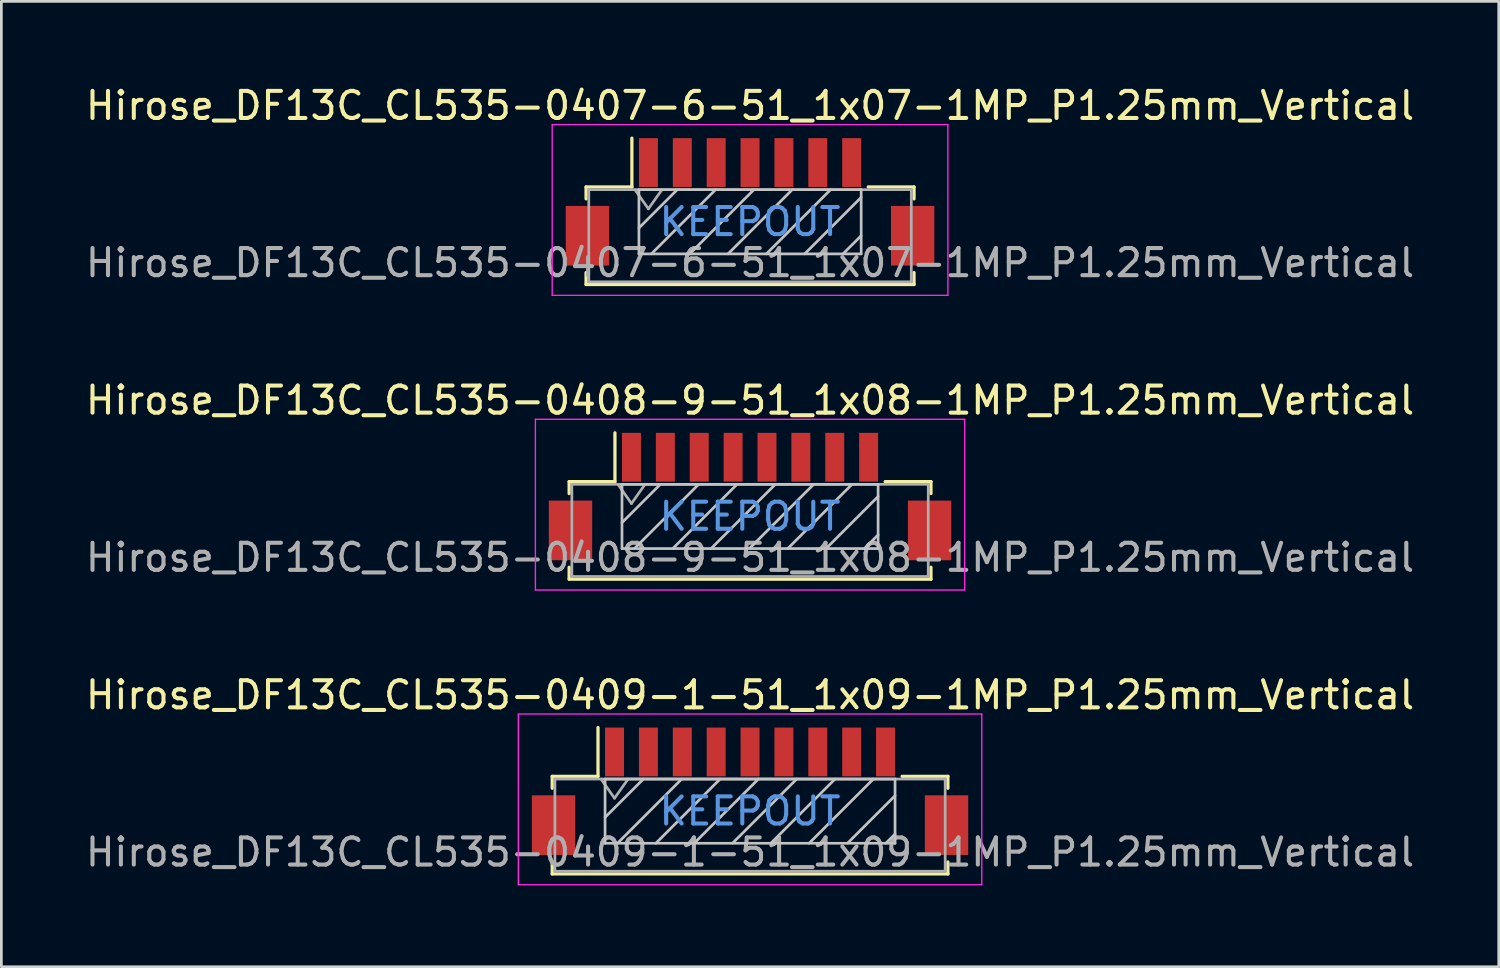
<source format=kicad_pcb>
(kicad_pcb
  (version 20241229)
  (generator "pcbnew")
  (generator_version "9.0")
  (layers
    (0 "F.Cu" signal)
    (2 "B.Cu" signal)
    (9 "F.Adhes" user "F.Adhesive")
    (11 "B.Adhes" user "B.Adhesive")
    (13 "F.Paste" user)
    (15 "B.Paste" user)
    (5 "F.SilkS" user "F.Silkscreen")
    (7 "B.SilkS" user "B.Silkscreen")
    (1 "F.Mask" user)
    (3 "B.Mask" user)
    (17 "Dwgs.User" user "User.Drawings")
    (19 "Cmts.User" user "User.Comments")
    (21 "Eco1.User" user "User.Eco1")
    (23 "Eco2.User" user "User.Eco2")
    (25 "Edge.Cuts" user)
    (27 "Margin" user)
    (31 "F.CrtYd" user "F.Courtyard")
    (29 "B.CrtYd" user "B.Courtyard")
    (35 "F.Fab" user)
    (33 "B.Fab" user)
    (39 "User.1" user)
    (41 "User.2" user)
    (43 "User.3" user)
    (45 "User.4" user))
  (footprint "Hirose_DF13C_CL535-0408-9-51_1x08-1MP_P1.25mm_Vertical"
    (layer "F.Cu")
    (at 24.625 15.271)
    (property "Reference" "Hirose_DF13C_CL535-0408-9-51_1x08-1MP_P1.25mm_Vertical" (at 0 -3.55 0) (layer "F.SilkS") (effects (font (size 1 1) (thickness 0.15))))
    (attr smd)
    (fp_line (start -6.675 -0.55) (end -6.675 -0.11) (stroke (width 0.12) (type solid)) (layer "F.SilkS"))
    (fp_line (start -6.675 2.61) (end -6.675 3.05) (stroke (width 0.12) (type solid)) (layer "F.SilkS"))
    (fp_line (start -6.675 3.05) (end 6.675 3.05) (stroke (width 0.12) (type solid)) (layer "F.SilkS"))
    (fp_line (start -4.985 -0.55) (end -6.675 -0.55) (stroke (width 0.12) (type solid)) (layer "F.SilkS"))
    (fp_line (start -4.985 -0.55) (end -4.985 -2.35) (stroke (width 0.12) (type solid)) (layer "F.SilkS"))
    (fp_line (start 4.985 -0.55) (end 6.675 -0.55) (stroke (width 0.12) (type solid)) (layer "F.SilkS"))
    (fp_line (start 6.675 -0.55) (end 6.675 -0.11) (stroke (width 0.12) (type solid)) (layer "F.SilkS"))
    (fp_line (start 6.675 3.05) (end 6.675 2.61) (stroke (width 0.12) (type solid)) (layer "F.SilkS"))
    (fp_line (start -4.725 -0.45) (end -4.725 1.92) (stroke (width 0.1) (type solid)) (layer "Dwgs.User"))
    (fp_line (start -4.725 1.92) (end 4.725 1.92) (stroke (width 0.1) (type solid)) (layer "Dwgs.User"))
    (fp_line (start -3.311 -0.45) (end -4.725 0.964) (stroke (width 0.1) (type solid)) (layer "Dwgs.User"))
    (fp_line (start -1.897 -0.45) (end -4.267 1.92) (stroke (width 0.1) (type solid)) (layer "Dwgs.User"))
    (fp_line (start -0.482 -0.45) (end -2.852 1.92) (stroke (width 0.1) (type solid)) (layer "Dwgs.User"))
    (fp_line (start 0.932 -0.45) (end -1.438 1.92) (stroke (width 0.1) (type solid)) (layer "Dwgs.User"))
    (fp_line (start 2.346 -0.45) (end -0.024 1.92) (stroke (width 0.1) (type solid)) (layer "Dwgs.User"))
    (fp_line (start 3.76 -0.45) (end 1.39 1.92) (stroke (width 0.1) (type solid)) (layer "Dwgs.User"))
    (fp_line (start 4.725 -0.45) (end -4.725 -0.45) (stroke (width 0.1) (type solid)) (layer "Dwgs.User"))
    (fp_line (start 4.725 -0.001) (end 2.804 1.92) (stroke (width 0.1) (type solid)) (layer "Dwgs.User"))
    (fp_line (start 4.725 1.414) (end 4.219 1.92) (stroke (width 0.1) (type solid)) (layer "Dwgs.User"))
    (fp_line (start 4.725 1.92) (end 4.725 -0.45) (stroke (width 0.1) (type solid)) (layer "Dwgs.User"))
    (fp_line (start -7.92 -2.85) (end -7.92 3.45) (stroke (width 0.05) (type solid)) (layer "F.CrtYd"))
    (fp_line (start -7.92 3.45) (end 7.92 3.45) (stroke (width 0.05) (type solid)) (layer "F.CrtYd"))
    (fp_line (start 7.92 -2.85) (end -7.92 -2.85) (stroke (width 0.05) (type solid)) (layer "F.CrtYd"))
    (fp_line (start 7.92 3.45) (end 7.92 -2.85) (stroke (width 0.05) (type solid)) (layer "F.CrtYd"))
    (fp_line (start -6.575 -0.45) (end -6.575 2.95) (stroke (width 0.1) (type solid)) (layer "F.Fab"))
    (fp_line (start -6.575 2.95) (end 6.575 2.95) (stroke (width 0.1) (type solid)) (layer "F.Fab"))
    (fp_line (start -4.875 -0.45) (end -4.375 0.257) (stroke (width 0.1) (type solid)) (layer "F.Fab"))
    (fp_line (start -4.375 0.257) (end -3.875 -0.45) (stroke (width 0.1) (type solid)) (layer "F.Fab"))
    (fp_line (start 6.575 -0.45) (end -6.575 -0.45) (stroke (width 0.1) (type solid)) (layer "F.Fab"))
    (fp_line (start 6.575 2.95) (end 6.575 -0.45) (stroke (width 0.1) (type solid)) (layer "F.Fab"))
    (fp_text user "KEEPOUT" (at 0 0.735 0) (layer "Cmts.User") (effects (font (size 1 1) (thickness 0.15))))
    (fp_text user "${REFERENCE}" (at 0 2.25 0) (layer "F.Fab") (effects (font (size 1 1) (thickness 0.15))))
    (pad "1" smd rect (at -4.375 -1.45) (size 0.7 1.8) (layers "F.Cu" "F.Mask" "F.Paste"))
    (pad "2" smd rect (at -3.125 -1.45) (size 0.7 1.8) (layers "F.Cu" "F.Mask" "F.Paste"))
    (pad "3" smd rect (at -1.875 -1.45) (size 0.7 1.8) (layers "F.Cu" "F.Mask" "F.Paste"))
    (pad "4" smd rect (at -0.625 -1.45) (size 0.7 1.8) (layers "F.Cu" "F.Mask" "F.Paste"))
    (pad "5" smd rect (at 0.625 -1.45) (size 0.7 1.8) (layers "F.Cu" "F.Mask" "F.Paste"))
    (pad "6" smd rect (at 1.875 -1.45) (size 0.7 1.8) (layers "F.Cu" "F.Mask" "F.Paste"))
    (pad "7" smd rect (at 3.125 -1.45) (size 0.7 1.8) (layers "F.Cu" "F.Mask" "F.Paste"))
    (pad "8" smd rect (at 4.375 -1.45) (size 0.7 1.8) (layers "F.Cu" "F.Mask" "F.Paste"))
    (pad "MP" smd rect (at -6.625 1.25) (size 1.6 2.2) (layers "F.Cu" "F.Mask" "F.Paste"))
    (pad "MP" smd rect (at 6.625 1.25) (size 1.6 2.2) (layers "F.Cu" "F.Mask" "F.Paste")))
  (footprint "Hirose_DF13C_CL535-0407-6-51_1x07-1MP_P1.25mm_Vertical"
    (layer "F.Cu")
    (at 24.625 4.398)
    (property "Reference" "Hirose_DF13C_CL535-0407-6-51_1x07-1MP_P1.25mm_Vertical" (at 0 -3.55 0) (layer "F.SilkS") (effects (font (size 1 1) (thickness 0.15))))
    (attr smd)
    (fp_line (start -6.05 -0.55) (end -6.05 -0.11) (stroke (width 0.12) (type solid)) (layer "F.SilkS"))
    (fp_line (start -6.05 2.61) (end -6.05 3.05) (stroke (width 0.12) (type solid)) (layer "F.SilkS"))
    (fp_line (start -6.05 3.05) (end 6.05 3.05) (stroke (width 0.12) (type solid)) (layer "F.SilkS"))
    (fp_line (start -4.36 -0.55) (end -6.05 -0.55) (stroke (width 0.12) (type solid)) (layer "F.SilkS"))
    (fp_line (start -4.36 -0.55) (end -4.36 -2.35) (stroke (width 0.12) (type solid)) (layer "F.SilkS"))
    (fp_line (start 4.36 -0.55) (end 6.05 -0.55) (stroke (width 0.12) (type solid)) (layer "F.SilkS"))
    (fp_line (start 6.05 -0.55) (end 6.05 -0.11) (stroke (width 0.12) (type solid)) (layer "F.SilkS"))
    (fp_line (start 6.05 3.05) (end 6.05 2.61) (stroke (width 0.12) (type solid)) (layer "F.SilkS"))
    (fp_line (start -4.1 -0.45) (end -4.1 1.92) (stroke (width 0.1) (type solid)) (layer "Dwgs.User"))
    (fp_line (start -4.1 1.92) (end 4.1 1.92) (stroke (width 0.1) (type solid)) (layer "Dwgs.User"))
    (fp_line (start -2.686 -0.45) (end -4.1 0.964) (stroke (width 0.1) (type solid)) (layer "Dwgs.User"))
    (fp_line (start -1.272 -0.45) (end -3.642 1.92) (stroke (width 0.1) (type solid)) (layer "Dwgs.User"))
    (fp_line (start 0.143 -0.45) (end -2.227 1.92) (stroke (width 0.1) (type solid)) (layer "Dwgs.User"))
    (fp_line (start 1.557 -0.45) (end -0.813 1.92) (stroke (width 0.1) (type solid)) (layer "Dwgs.User"))
    (fp_line (start 2.971 -0.45) (end 0.601 1.92) (stroke (width 0.1) (type solid)) (layer "Dwgs.User"))
    (fp_line (start 4.1 -0.45) (end -4.1 -0.45) (stroke (width 0.1) (type solid)) (layer "Dwgs.User"))
    (fp_line (start 4.1 -0.165) (end 2.015 1.92) (stroke (width 0.1) (type solid)) (layer "Dwgs.User"))
    (fp_line (start 4.1 1.249) (end 3.429 1.92) (stroke (width 0.1) (type solid)) (layer "Dwgs.User"))
    (fp_line (start 4.1 1.92) (end 4.1 -0.45) (stroke (width 0.1) (type solid)) (layer "Dwgs.User"))
    (fp_line (start -7.3 -2.85) (end -7.3 3.45) (stroke (width 0.05) (type solid)) (layer "F.CrtYd"))
    (fp_line (start -7.3 3.45) (end 7.3 3.45) (stroke (width 0.05) (type solid)) (layer "F.CrtYd"))
    (fp_line (start 7.3 -2.85) (end -7.3 -2.85) (stroke (width 0.05) (type solid)) (layer "F.CrtYd"))
    (fp_line (start 7.3 3.45) (end 7.3 -2.85) (stroke (width 0.05) (type solid)) (layer "F.CrtYd"))
    (fp_line (start -5.95 -0.45) (end -5.95 2.95) (stroke (width 0.1) (type solid)) (layer "F.Fab"))
    (fp_line (start -5.95 2.95) (end 5.95 2.95) (stroke (width 0.1) (type solid)) (layer "F.Fab"))
    (fp_line (start -4.25 -0.45) (end -3.75 0.257) (stroke (width 0.1) (type solid)) (layer "F.Fab"))
    (fp_line (start -3.75 0.257) (end -3.25 -0.45) (stroke (width 0.1) (type solid)) (layer "F.Fab"))
    (fp_line (start 5.95 -0.45) (end -5.95 -0.45) (stroke (width 0.1) (type solid)) (layer "F.Fab"))
    (fp_line (start 5.95 2.95) (end 5.95 -0.45) (stroke (width 0.1) (type solid)) (layer "F.Fab"))
    (fp_text user "KEEPOUT" (at 0 0.735 0) (layer "Cmts.User") (effects (font (size 1 1) (thickness 0.15))))
    (fp_text user "${REFERENCE}" (at 0 2.25 0) (layer "F.Fab") (effects (font (size 1 1) (thickness 0.15))))
    (pad "1" smd rect (at -3.75 -1.45) (size 0.7 1.8) (layers "F.Cu" "F.Mask" "F.Paste"))
    (pad "2" smd rect (at -2.5 -1.45) (size 0.7 1.8) (layers "F.Cu" "F.Mask" "F.Paste"))
    (pad "3" smd rect (at -1.25 -1.45) (size 0.7 1.8) (layers "F.Cu" "F.Mask" "F.Paste"))
    (pad "4" smd rect (at 0 -1.45) (size 0.7 1.8) (layers "F.Cu" "F.Mask" "F.Paste"))
    (pad "5" smd rect (at 1.25 -1.45) (size 0.7 1.8) (layers "F.Cu" "F.Mask" "F.Paste"))
    (pad "6" smd rect (at 2.5 -1.45) (size 0.7 1.8) (layers "F.Cu" "F.Mask" "F.Paste"))
    (pad "7" smd rect (at 3.75 -1.45) (size 0.7 1.8) (layers "F.Cu" "F.Mask" "F.Paste"))
    (pad "MP" smd rect (at -6 1.25) (size 1.6 2.2) (layers "F.Cu" "F.Mask" "F.Paste"))
    (pad "MP" smd rect (at 6 1.25) (size 1.6 2.2) (layers "F.Cu" "F.Mask" "F.Paste")))
  (footprint "Hirose_DF13C_CL535-0409-1-51_1x09-1MP_P1.25mm_Vertical"
    (layer "F.Cu")
    (at 24.625 26.145)
    (property "Reference" "Hirose_DF13C_CL535-0409-1-51_1x09-1MP_P1.25mm_Vertical" (at 0 -3.55 0) (layer "F.SilkS") (effects (font (size 1 1) (thickness 0.15))))
    (attr smd)
    (fp_line (start -7.3 -0.55) (end -7.3 -0.11) (stroke (width 0.12) (type solid)) (layer "F.SilkS"))
    (fp_line (start -7.3 2.61) (end -7.3 3.05) (stroke (width 0.12) (type solid)) (layer "F.SilkS"))
    (fp_line (start -7.3 3.05) (end 7.3 3.05) (stroke (width 0.12) (type solid)) (layer "F.SilkS"))
    (fp_line (start -5.61 -0.55) (end -7.3 -0.55) (stroke (width 0.12) (type solid)) (layer "F.SilkS"))
    (fp_line (start -5.61 -0.55) (end -5.61 -2.35) (stroke (width 0.12) (type solid)) (layer "F.SilkS"))
    (fp_line (start 5.61 -0.55) (end 7.3 -0.55) (stroke (width 0.12) (type solid)) (layer "F.SilkS"))
    (fp_line (start 7.3 -0.55) (end 7.3 -0.11) (stroke (width 0.12) (type solid)) (layer "F.SilkS"))
    (fp_line (start 7.3 3.05) (end 7.3 2.61) (stroke (width 0.12) (type solid)) (layer "F.SilkS"))
    (fp_line (start -5.35 -0.45) (end -5.35 1.92) (stroke (width 0.1) (type solid)) (layer "Dwgs.User"))
    (fp_line (start -5.35 1.92) (end 5.35 1.92) (stroke (width 0.1) (type solid)) (layer "Dwgs.User"))
    (fp_line (start -3.936 -0.45) (end -5.35 0.964) (stroke (width 0.1) (type solid)) (layer "Dwgs.User"))
    (fp_line (start -2.522 -0.45) (end -4.892 1.92) (stroke (width 0.1) (type solid)) (layer "Dwgs.User"))
    (fp_line (start -1.107 -0.45) (end -3.477 1.92) (stroke (width 0.1) (type solid)) (layer "Dwgs.User"))
    (fp_line (start 0.307 -0.45) (end -2.063 1.92) (stroke (width 0.1) (type solid)) (layer "Dwgs.User"))
    (fp_line (start 1.721 -0.45) (end -0.649 1.92) (stroke (width 0.1) (type solid)) (layer "Dwgs.User"))
    (fp_line (start 3.135 -0.45) (end 0.765 1.92) (stroke (width 0.1) (type solid)) (layer "Dwgs.User"))
    (fp_line (start 4.549 -0.45) (end 2.179 1.92) (stroke (width 0.1) (type solid)) (layer "Dwgs.User"))
    (fp_line (start 5.35 -0.45) (end -5.35 -0.45) (stroke (width 0.1) (type solid)) (layer "Dwgs.User"))
    (fp_line (start 5.35 0.164) (end 3.594 1.92) (stroke (width 0.1) (type solid)) (layer "Dwgs.User"))
    (fp_line (start 5.35 1.578) (end 5.008 1.92) (stroke (width 0.1) (type solid)) (layer "Dwgs.User"))
    (fp_line (start 5.35 1.92) (end 5.35 -0.45) (stroke (width 0.1) (type solid)) (layer "Dwgs.User"))
    (fp_line (start -8.55 -2.85) (end -8.55 3.45) (stroke (width 0.05) (type solid)) (layer "F.CrtYd"))
    (fp_line (start -8.55 3.45) (end 8.55 3.45) (stroke (width 0.05) (type solid)) (layer "F.CrtYd"))
    (fp_line (start 8.55 -2.85) (end -8.55 -2.85) (stroke (width 0.05) (type solid)) (layer "F.CrtYd"))
    (fp_line (start 8.55 3.45) (end 8.55 -2.85) (stroke (width 0.05) (type solid)) (layer "F.CrtYd"))
    (fp_line (start -7.2 -0.45) (end -7.2 2.95) (stroke (width 0.1) (type solid)) (layer "F.Fab"))
    (fp_line (start -7.2 2.95) (end 7.2 2.95) (stroke (width 0.1) (type solid)) (layer "F.Fab"))
    (fp_line (start -5.5 -0.45) (end -5 0.257) (stroke (width 0.1) (type solid)) (layer "F.Fab"))
    (fp_line (start -5 0.257) (end -4.5 -0.45) (stroke (width 0.1) (type solid)) (layer "F.Fab"))
    (fp_line (start 7.2 -0.45) (end -7.2 -0.45) (stroke (width 0.1) (type solid)) (layer "F.Fab"))
    (fp_line (start 7.2 2.95) (end 7.2 -0.45) (stroke (width 0.1) (type solid)) (layer "F.Fab"))
    (fp_text user "KEEPOUT" (at 0 0.735 0) (layer "Cmts.User") (effects (font (size 1 1) (thickness 0.15))))
    (fp_text user "${REFERENCE}" (at 0 2.25 0) (layer "F.Fab") (effects (font (size 1 1) (thickness 0.15))))
    (pad "1" smd rect (at -5 -1.45) (size 0.7 1.8) (layers "F.Cu" "F.Mask" "F.Paste"))
    (pad "2" smd rect (at -3.75 -1.45) (size 0.7 1.8) (layers "F.Cu" "F.Mask" "F.Paste"))
    (pad "3" smd rect (at -2.5 -1.45) (size 0.7 1.8) (layers "F.Cu" "F.Mask" "F.Paste"))
    (pad "4" smd rect (at -1.25 -1.45) (size 0.7 1.8) (layers "F.Cu" "F.Mask" "F.Paste"))
    (pad "5" smd rect (at 0 -1.45) (size 0.7 1.8) (layers "F.Cu" "F.Mask" "F.Paste"))
    (pad "6" smd rect (at 1.25 -1.45) (size 0.7 1.8) (layers "F.Cu" "F.Mask" "F.Paste"))
    (pad "7" smd rect (at 2.5 -1.45) (size 0.7 1.8) (layers "F.Cu" "F.Mask" "F.Paste"))
    (pad "8" smd rect (at 3.75 -1.45) (size 0.7 1.8) (layers "F.Cu" "F.Mask" "F.Paste"))
    (pad "9" smd rect (at 5 -1.45) (size 0.7 1.8) (layers "F.Cu" "F.Mask" "F.Paste"))
    (pad "MP" smd rect (at -7.25 1.25) (size 1.6 2.2) (layers "F.Cu" "F.Mask" "F.Paste"))
    (pad "MP" smd rect (at 7.25 1.25) (size 1.6 2.2) (layers "F.Cu" "F.Mask" "F.Paste")))
  (gr_rect
    (start -3 -3)
    (end 52.25 32.62)
    (stroke (width 0.1) (type default))
    (fill no)
    (layer "Edge.Cuts")))
</source>
